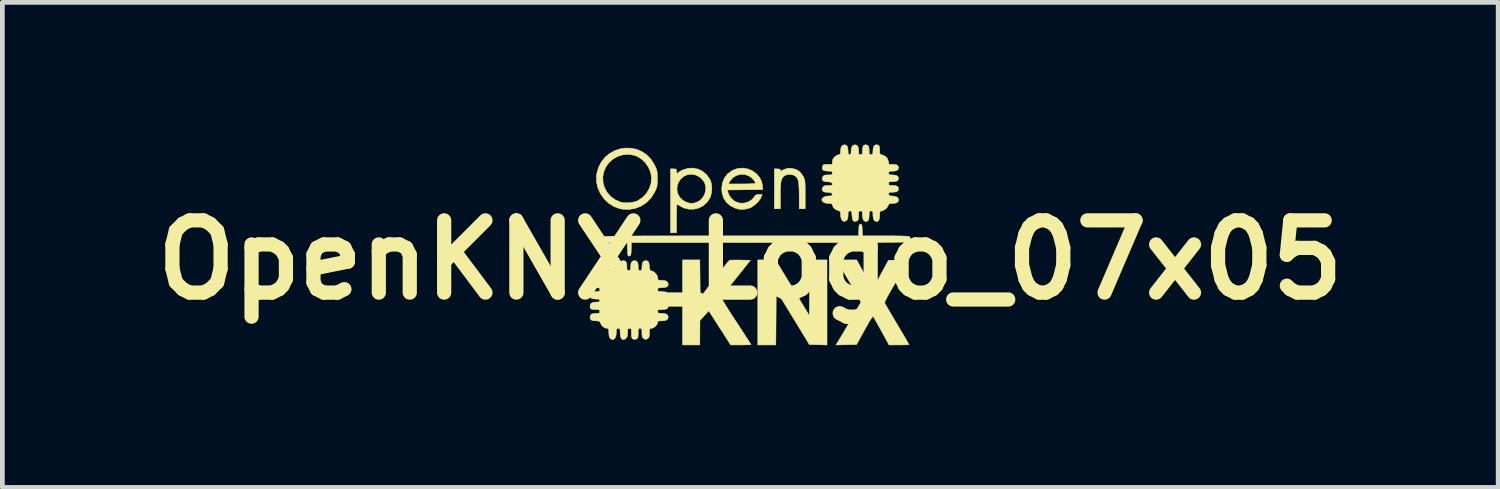
<source format=kicad_pcb>
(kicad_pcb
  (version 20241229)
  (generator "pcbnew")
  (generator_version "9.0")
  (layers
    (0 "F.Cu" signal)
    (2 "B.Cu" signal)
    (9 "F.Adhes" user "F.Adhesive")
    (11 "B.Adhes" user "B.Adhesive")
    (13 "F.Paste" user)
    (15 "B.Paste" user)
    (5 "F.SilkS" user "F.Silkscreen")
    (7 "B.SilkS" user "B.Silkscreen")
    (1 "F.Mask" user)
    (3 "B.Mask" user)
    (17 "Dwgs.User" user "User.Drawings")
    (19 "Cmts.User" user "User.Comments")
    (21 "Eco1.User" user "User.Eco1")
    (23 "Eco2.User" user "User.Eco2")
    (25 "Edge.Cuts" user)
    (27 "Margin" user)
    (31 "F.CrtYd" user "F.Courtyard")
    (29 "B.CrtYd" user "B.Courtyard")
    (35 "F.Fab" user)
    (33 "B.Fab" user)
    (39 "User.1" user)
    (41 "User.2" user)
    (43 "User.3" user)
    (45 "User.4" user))
  (footprint "OpenKNX_Logo_07x05"
    (layer "F.Cu")
    (at 12.78 2.434)
    (property "Reference" "OpenKNX_Logo_07x05" (at 0 0 0) (layer "F.SilkS") (effects (font (size 1.524 1.524) (thickness 0.3))))
    (attr through_hole)
    (fp_poly (pts (xy 0.889 0.587) (xy 1.246 1.173) (xy 1.25 0.587) (xy 1.255 0) (xy 1.619 0) (xy 1.619 1.795) (xy 1.433 1.79) (xy 1.247 1.786) (xy 0.548 0.639) (xy 0.544 1.216) (xy 0.539 1.794) (xy 0.159 1.794) (xy 0.159 0) (xy 0.532 0) (xy 0.889 0.587)) (stroke (width 0.01) (type solid)) (fill yes) (layer "F.SilkS"))
    (fp_poly (pts (xy 0.868 -1.933) (xy 0.963 -1.911) (xy 1.041 -1.863) (xy 1.102 -1.787) (xy 1.117 -1.76) (xy 1.132 -1.73) (xy 1.143 -1.702) (xy 1.15 -1.671) (xy 1.155 -1.632) (xy 1.157 -1.579) (xy 1.159 -1.507) (xy 1.159 -1.409) (xy 1.159 -1.378) (xy 1.159 -1.079) (xy 1.032 -1.079) (xy 1.032 -1.345) (xy 1.031 -1.465) (xy 1.027 -1.557) (xy 1.021 -1.627) (xy 1.01 -1.679) (xy 0.994 -1.718) (xy 0.973 -1.749) (xy 0.959 -1.763) (xy 0.91 -1.791) (xy 0.846 -1.804) (xy 0.781 -1.8) (xy 0.726 -1.779) (xy 0.714 -1.77) (xy 0.687 -1.743) (xy 0.667 -1.711) (xy 0.653 -1.671) (xy 0.643 -1.616) (xy 0.638 -1.544) (xy 0.635 -1.448) (xy 0.635 -1.358) (xy 0.635 -1.079) (xy 0.508 -1.079) (xy 0.508 -1.921) (xy 0.572 -1.921) (xy 0.615 -1.917) (xy 0.633 -1.905) (xy 0.635 -1.896) (xy 0.641 -1.877) (xy 0.647 -1.877) (xy 0.721 -1.911) (xy 0.782 -1.93) (xy 0.839 -1.935) (xy 0.868 -1.933)) (stroke (width 0.01) (type solid)) (fill yes) (layer "F.SilkS"))
    (fp_poly (pts (xy -1.06 0.4) (xy -1.056 0.801) (xy -0.993 0.714) (xy -0.947 0.652) (xy -0.891 0.578) (xy -0.829 0.496) (xy -0.763 0.41) (xy -0.696 0.323) (xy -0.63 0.24) (xy -0.57 0.164) (xy -0.518 0.099) (xy -0.476 0.049) (xy -0.448 0.016) (xy -0.438 0.006) (xy -0.416 0.004) (xy -0.368 0.003) (xy -0.302 0.002) (xy -0.224 0.003) (xy -0.208 0.003) (xy 0.003 0.008) (xy -0.302 0.389) (xy -0.378 0.484) (xy -0.448 0.572) (xy -0.508 0.65) (xy -0.558 0.713) (xy -0.593 0.759) (xy -0.612 0.786) (xy -0.615 0.79) (xy -0.608 0.807) (xy -0.586 0.848) (xy -0.549 0.909) (xy -0.501 0.987) (xy -0.443 1.079) (xy -0.377 1.182) (xy -0.304 1.293) (xy -0.303 1.294) (xy -0.231 1.405) (xy -0.164 1.507) (xy -0.104 1.598) (xy -0.055 1.674) (xy -0.017 1.733) (xy 0.007 1.771) (xy 0.016 1.786) (xy 0.016 1.786) (xy 0.001 1.789) (xy -0.04 1.791) (xy -0.101 1.793) (xy -0.176 1.794) (xy -0.199 1.794) (xy -0.413 1.794) (xy -0.523 1.623) (xy -0.576 1.54) (xy -0.639 1.443) (xy -0.702 1.344) (xy -0.754 1.263) (xy -0.876 1.074) (xy -0.969 1.176) (xy -1.062 1.278) (xy -1.063 1.536) (xy -1.064 1.794) (xy -1.429 1.794) (xy -1.429 0) (xy -1.064 0) (xy -1.06 0.4)) (stroke (width 0.01) (type solid)) (fill yes) (layer "F.SilkS"))
    (fp_poly (pts (xy -1.099 -1.915) (xy -1.002 -1.867) (xy -0.918 -1.794) (xy -0.852 -1.7) (xy -0.837 -1.67) (xy -0.817 -1.596) (xy -0.811 -1.507) (xy -0.819 -1.415) (xy -0.839 -1.334) (xy -0.849 -1.311) (xy -0.911 -1.217) (xy -0.993 -1.144) (xy -1.088 -1.094) (xy -1.193 -1.07) (xy -1.301 -1.071) (xy -1.408 -1.099) (xy -1.48 -1.137) (xy -1.518 -1.16) (xy -1.543 -1.173) (xy -1.547 -1.175) (xy -1.55 -1.16) (xy -1.552 -1.118) (xy -1.554 -1.054) (xy -1.555 -0.973) (xy -1.556 -0.879) (xy -1.556 -0.873) (xy -1.556 -0.572) (xy -1.683 -0.572) (xy -1.683 -1.483) (xy -1.548 -1.483) (xy -1.529 -1.395) (xy -1.484 -1.317) (xy -1.417 -1.253) (xy -1.332 -1.21) (xy -1.321 -1.206) (xy -1.26 -1.194) (xy -1.2 -1.197) (xy -1.154 -1.207) (xy -1.075 -1.245) (xy -1.011 -1.303) (xy -0.966 -1.377) (xy -0.942 -1.46) (xy -0.94 -1.545) (xy -0.963 -1.627) (xy -0.995 -1.679) (xy -1.067 -1.748) (xy -1.148 -1.79) (xy -1.234 -1.807) (xy -1.318 -1.799) (xy -1.397 -1.767) (xy -1.465 -1.712) (xy -1.517 -1.636) (xy -1.539 -1.574) (xy -1.548 -1.483) (xy -1.683 -1.483) (xy -1.683 -1.921) (xy -1.619 -1.921) (xy -1.579 -1.919) (xy -1.56 -1.909) (xy -1.556 -1.883) (xy -1.556 -1.873) (xy -1.55 -1.837) (xy -1.535 -1.826) (xy -1.515 -1.843) (xy -1.515 -1.843) (xy -1.496 -1.859) (xy -1.457 -1.882) (xy -1.423 -1.899) (xy -1.314 -1.933) (xy -1.205 -1.938) (xy -1.099 -1.915)) (stroke (width 0.01) (type solid)) (fill yes) (layer "F.SilkS"))
    (fp_poly (pts (xy -0.055 -1.921) (xy 0.04 -1.882) (xy 0.124 -1.823) (xy 0.191 -1.748) (xy 0.238 -1.659) (xy 0.259 -1.558) (xy 0.259 -1.551) (xy 0.262 -1.484) (xy -0.109 -1.48) (xy -0.48 -1.476) (xy -0.47 -1.425) (xy -0.447 -1.366) (xy -0.404 -1.306) (xy -0.35 -1.253) (xy -0.322 -1.234) (xy -0.276 -1.215) (xy -0.219 -1.199) (xy -0.203 -1.197) (xy -0.126 -1.199) (xy -0.047 -1.223) (xy 0.024 -1.263) (xy 0.075 -1.316) (xy 0.081 -1.325) (xy 0.106 -1.361) (xy 0.132 -1.377) (xy 0.175 -1.381) (xy 0.183 -1.381) (xy 0.252 -1.381) (xy 0.234 -1.33) (xy 0.204 -1.275) (xy 0.153 -1.215) (xy 0.091 -1.158) (xy 0.025 -1.113) (xy -0.023 -1.09) (xy -0.125 -1.068) (xy -0.228 -1.068) (xy -0.303 -1.086) (xy -0.415 -1.14) (xy -0.501 -1.213) (xy -0.562 -1.303) (xy -0.595 -1.411) (xy -0.603 -1.504) (xy -0.591 -1.603) (xy -0.461 -1.603) (xy -0.175 -1.603) (xy -0.084 -1.604) (xy -0.004 -1.606) (xy 0.058 -1.609) (xy 0.098 -1.613) (xy 0.111 -1.617) (xy 0.099 -1.65) (xy 0.068 -1.691) (xy 0.026 -1.733) (xy -0.021 -1.767) (xy -0.03 -1.773) (xy -0.118 -1.803) (xy -0.209 -1.805) (xy -0.296 -1.78) (xy -0.372 -1.732) (xy -0.431 -1.661) (xy -0.438 -1.647) (xy -0.461 -1.603) (xy -0.591 -1.603) (xy -0.588 -1.623) (xy -0.546 -1.728) (xy -0.477 -1.815) (xy -0.383 -1.885) (xy -0.361 -1.896) (xy -0.26 -1.931) (xy -0.156 -1.938) (xy -0.055 -1.921)) (stroke (width 0.01) (type solid)) (fill yes) (layer "F.SilkS"))
    (fp_poly (pts (xy -2.511 -2.357) (xy -2.393 -2.332) (xy -2.282 -2.283) (xy -2.179 -2.212) (xy -2.09 -2.117) (xy -2.02 -2.004) (xy -1.994 -1.948) (xy -1.976 -1.905) (xy -1.966 -1.863) (xy -1.962 -1.814) (xy -1.961 -1.747) (xy -1.961 -1.715) (xy -1.961 -1.638) (xy -1.964 -1.583) (xy -1.972 -1.54) (xy -1.986 -1.498) (xy -2.009 -1.448) (xy -2.02 -1.425) (xy -2.096 -1.306) (xy -2.193 -1.208) (xy -2.306 -1.134) (xy -2.432 -1.085) (xy -2.568 -1.064) (xy -2.708 -1.072) (xy -2.752 -1.081) (xy -2.876 -1.126) (xy -2.988 -1.196) (xy -3.083 -1.287) (xy -3.159 -1.394) (xy -3.214 -1.514) (xy -3.244 -1.641) (xy -3.246 -1.752) (xy -3.111 -1.752) (xy -3.106 -1.635) (xy -3.079 -1.534) (xy -3.024 -1.429) (xy -2.946 -1.339) (xy -2.85 -1.269) (xy -2.743 -1.222) (xy -2.675 -1.208) (xy -2.589 -1.204) (xy -2.498 -1.213) (xy -2.416 -1.232) (xy -2.376 -1.249) (xy -2.273 -1.317) (xy -2.191 -1.404) (xy -2.13 -1.507) (xy -2.094 -1.618) (xy -2.084 -1.734) (xy -2.101 -1.845) (xy -2.148 -1.955) (xy -2.216 -2.053) (xy -2.301 -2.133) (xy -2.397 -2.19) (xy -2.449 -2.208) (xy -2.573 -2.227) (xy -2.69 -2.217) (xy -2.799 -2.184) (xy -2.897 -2.128) (xy -2.98 -2.054) (xy -3.045 -1.965) (xy -3.09 -1.863) (xy -3.111 -1.752) (xy -3.246 -1.752) (xy -3.246 -1.771) (xy -3.24 -1.814) (xy -3.203 -1.949) (xy -3.143 -2.067) (xy -3.064 -2.165) (xy -2.97 -2.245) (xy -2.864 -2.304) (xy -2.75 -2.343) (xy -2.631 -2.361) (xy -2.511 -2.357)) (stroke (width 0.01) (type solid)) (fill yes) (layer "F.SilkS"))
    (fp_poly (pts (xy 2.342 -0.751) (xy 2.352 -0.738) (xy 2.358 -0.708) (xy 2.361 -0.654) (xy 2.362 -0.631) (xy 2.367 -0.508) (xy 2.855 -0.508) (xy 3.005 -0.508) (xy 3.125 -0.506) (xy 3.218 -0.504) (xy 3.287 -0.501) (xy 3.332 -0.497) (xy 3.357 -0.492) (xy 3.362 -0.489) (xy 3.379 -0.453) (xy 3.377 -0.41) (xy 3.362 -0.384) (xy 3.353 -0.382) (xy 3.329 -0.379) (xy 3.29 -0.377) (xy 3.234 -0.376) (xy 3.161 -0.374) (xy 3.069 -0.372) (xy 2.958 -0.371) (xy 2.825 -0.37) (xy 2.671 -0.369) (xy 2.494 -0.368) (xy 2.293 -0.367) (xy 2.067 -0.367) (xy 1.815 -0.366) (xy 1.535 -0.366) (xy 1.227 -0.365) (xy 0.89 -0.365) (xy 0.523 -0.365) (xy 0.418 -0.365) (xy -2.507 -0.365) (xy -2.512 -0.226) (xy -2.514 -0.159) (xy -2.518 -0.118) (xy -2.526 -0.095) (xy -2.538 -0.085) (xy -2.551 -0.082) (xy -2.568 -0.082) (xy -2.579 -0.09) (xy -2.585 -0.112) (xy -2.589 -0.154) (xy -2.591 -0.217) (xy -2.596 -0.357) (xy -2.864 -0.362) (xy -2.97 -0.364) (xy -3.055 -0.369) (xy -3.116 -0.374) (xy -3.15 -0.381) (xy -3.154 -0.383) (xy -3.172 -0.416) (xy -3.172 -0.458) (xy -3.156 -0.489) (xy -3.146 -0.491) (xy -3.122 -0.494) (xy -3.083 -0.496) (xy -3.027 -0.498) (xy -2.953 -0.5) (xy -2.86 -0.501) (xy -2.747 -0.502) (xy -2.613 -0.504) (xy -2.457 -0.505) (xy -2.278 -0.506) (xy -2.074 -0.506) (xy -1.844 -0.507) (xy -1.588 -0.507) (xy -1.304 -0.508) (xy -0.992 -0.508) (xy -0.649 -0.508) (xy -0.426 -0.508) (xy 2.285 -0.508) (xy 2.289 -0.631) (xy 2.292 -0.693) (xy 2.297 -0.73) (xy 2.306 -0.748) (xy 2.32 -0.754) (xy 2.326 -0.754) (xy 2.342 -0.751)) (stroke (width 0.01) (type solid)) (fill yes) (layer "F.SilkS"))
    (fp_poly (pts (xy 2.034 0.000053) (xy 2.246 0.000107) (xy 2.415 0.31) (xy 2.584 0.621) (xy 2.749 0.314) (xy 2.915 0.008) (xy 3.125 0.004) (xy 3.202 0.003) (xy 3.266 0.003) (xy 3.312 0.005) (xy 3.333 0.008) (xy 3.334 0.009) (xy 3.326 0.025) (xy 3.304 0.064) (xy 3.27 0.124) (xy 3.225 0.202) (xy 3.172 0.293) (xy 3.112 0.395) (xy 3.079 0.453) (xy 3.007 0.576) (xy 2.95 0.674) (xy 2.906 0.752) (xy 2.875 0.81) (xy 2.854 0.853) (xy 2.842 0.884) (xy 2.838 0.904) (xy 2.84 0.917) (xy 2.841 0.919) (xy 2.853 0.94) (xy 2.879 0.985) (xy 2.917 1.05) (xy 2.965 1.131) (xy 3.02 1.225) (xy 3.081 1.328) (xy 3.104 1.366) (xy 3.165 1.47) (xy 3.221 1.564) (xy 3.269 1.646) (xy 3.307 1.713) (xy 3.335 1.76) (xy 3.348 1.785) (xy 3.35 1.787) (xy 3.335 1.79) (xy 3.294 1.792) (xy 3.233 1.793) (xy 3.158 1.794) (xy 3.139 1.794) (xy 2.928 1.794) (xy 2.77 1.506) (xy 2.721 1.418) (xy 2.677 1.339) (xy 2.64 1.273) (xy 2.613 1.224) (xy 2.597 1.198) (xy 2.596 1.196) (xy 2.586 1.196) (xy 2.569 1.213) (xy 2.544 1.25) (xy 2.507 1.309) (xy 2.46 1.393) (xy 2.411 1.48) (xy 2.242 1.786) (xy 2.024 1.79) (xy 1.805 1.795) (xy 1.829 1.759) (xy 1.856 1.715) (xy 1.894 1.653) (xy 1.94 1.576) (xy 1.992 1.489) (xy 2.047 1.395) (xy 2.103 1.298) (xy 2.158 1.204) (xy 2.209 1.115) (xy 2.255 1.035) (xy 2.292 0.969) (xy 2.319 0.92) (xy 2.332 0.894) (xy 2.334 0.89) (xy 2.326 0.872) (xy 2.304 0.83) (xy 2.27 0.768) (xy 2.226 0.691) (xy 2.175 0.602) (xy 2.122 0.511) (xy 2.062 0.41) (xy 2.006 0.314) (xy 1.955 0.227) (xy 1.913 0.155) (xy 1.882 0.102) (xy 1.866 0.075) (xy 1.823 0) (xy 2.034 0.000053)) (stroke (width 0.01) (type solid)) (fill yes) (layer "F.SilkS"))
    (fp_poly (pts (xy 2.475 -2.42) (xy 2.498 -2.391) (xy 2.507 -2.337) (xy 2.508 -2.307) (xy 2.509 -2.258) (xy 2.515 -2.233) (xy 2.53 -2.224) (xy 2.548 -2.223) (xy 2.572 -2.225) (xy 2.584 -2.24) (xy 2.587 -2.274) (xy 2.588 -2.295) (xy 2.594 -2.366) (xy 2.614 -2.412) (xy 2.647 -2.429) (xy 2.65 -2.429) (xy 2.693 -2.425) (xy 2.717 -2.408) (xy 2.728 -2.371) (xy 2.731 -2.318) (xy 2.731 -2.266) (xy 2.737 -2.238) (xy 2.751 -2.224) (xy 2.778 -2.217) (xy 2.781 -2.216) (xy 2.847 -2.188) (xy 2.894 -2.137) (xy 2.915 -2.077) (xy 2.925 -2.016) (xy 3.007 -2.016) (xy 3.072 -2.011) (xy 3.11 -1.993) (xy 3.126 -1.96) (xy 3.127 -1.945) (xy 3.118 -1.907) (xy 3.089 -1.884) (xy 3.035 -1.874) (xy 3.005 -1.873) (xy 2.956 -1.872) (xy 2.931 -1.866) (xy 2.922 -1.852) (xy 2.921 -1.834) (xy 2.924 -1.809) (xy 2.938 -1.798) (xy 2.973 -1.794) (xy 2.993 -1.794) (xy 3.066 -1.787) (xy 3.11 -1.766) (xy 3.127 -1.731) (xy 3.127 -1.725) (xy 3.119 -1.686) (xy 3.091 -1.662) (xy 3.039 -1.652) (xy 3.005 -1.651) (xy 2.956 -1.65) (xy 2.931 -1.644) (xy 2.922 -1.63) (xy 2.921 -1.611) (xy 2.923 -1.588) (xy 2.936 -1.576) (xy 2.966 -1.572) (xy 3.005 -1.572) (xy 3.07 -1.566) (xy 3.109 -1.549) (xy 3.126 -1.518) (xy 3.127 -1.5) (xy 3.118 -1.462) (xy 3.089 -1.439) (xy 3.035 -1.43) (xy 3.005 -1.429) (xy 2.956 -1.428) (xy 2.931 -1.422) (xy 2.922 -1.407) (xy 2.921 -1.391) (xy 2.924 -1.369) (xy 2.938 -1.357) (xy 2.971 -1.35) (xy 3.01 -1.346) (xy 3.072 -1.336) (xy 3.108 -1.318) (xy 3.125 -1.286) (xy 3.127 -1.259) (xy 3.114 -1.222) (xy 3.072 -1.199) (xy 3.002 -1.191) (xy 2.995 -1.191) (xy 2.949 -1.188) (xy 2.924 -1.178) (xy 2.912 -1.155) (xy 2.912 -1.155) (xy 2.88 -1.096) (xy 2.827 -1.054) (xy 2.784 -1.038) (xy 2.754 -1.031) (xy 2.738 -1.019) (xy 2.732 -0.993) (xy 2.731 -0.945) (xy 2.731 -0.938) (xy 2.725 -0.87) (xy 2.709 -0.829) (xy 2.68 -0.811) (xy 2.665 -0.81) (xy 2.624 -0.823) (xy 2.598 -0.865) (xy 2.588 -0.934) (xy 2.588 -0.946) (xy 2.587 -0.995) (xy 2.581 -1.021) (xy 2.567 -1.031) (xy 2.548 -1.032) (xy 2.526 -1.03) (xy 2.514 -1.018) (xy 2.509 -0.99) (xy 2.508 -0.94) (xy 2.503 -0.871) (xy 2.488 -0.83) (xy 2.459 -0.811) (xy 2.443 -0.81) (xy 2.401 -0.823) (xy 2.376 -0.865) (xy 2.366 -0.934) (xy 2.365 -0.946) (xy 2.364 -0.995) (xy 2.359 -1.021) (xy 2.345 -1.031) (xy 2.326 -1.032) (xy 2.304 -1.03) (xy 2.292 -1.019) (xy 2.287 -0.991) (xy 2.286 -0.94) (xy 2.286 -0.936) (xy 2.285 -0.882) (xy 2.279 -0.851) (xy 2.265 -0.833) (xy 2.245 -0.822) (xy 2.202 -0.811) (xy 2.173 -0.823) (xy 2.155 -0.863) (xy 2.147 -0.93) (xy 2.146 -0.934) (xy 2.143 -0.988) (xy 2.137 -1.017) (xy 2.125 -1.029) (xy 2.103 -1.032) (xy 2.103 -1.032) (xy 2.08 -1.029) (xy 2.069 -1.017) (xy 2.064 -0.986) (xy 2.064 -0.947) (xy 2.06 -0.887) (xy 2.046 -0.849) (xy 2.035 -0.836) (xy 1.993 -0.812) (xy 1.955 -0.82) (xy 1.93 -0.845) (xy 1.914 -0.883) (xy 1.906 -0.936) (xy 1.905 -0.954) (xy 1.903 -0.999) (xy 1.894 -1.023) (xy 1.869 -1.037) (xy 1.843 -1.045) (xy 1.789 -1.073) (xy 1.749 -1.114) (xy 1.731 -1.16) (xy 1.73 -1.166) (xy 1.722 -1.181) (xy 1.694 -1.189) (xy 1.651 -1.191) (xy 1.589 -1.199) (xy 1.54 -1.22) (xy 1.512 -1.251) (xy 1.508 -1.27) (xy 1.523 -1.304) (xy 1.562 -1.331) (xy 1.618 -1.347) (xy 1.652 -1.349) (xy 1.699 -1.351) (xy 1.722 -1.357) (xy 1.729 -1.371) (xy 1.728 -1.385) (xy 1.721 -1.406) (xy 1.704 -1.417) (xy 1.667 -1.423) (xy 1.631 -1.426) (xy 1.575 -1.431) (xy 1.542 -1.442) (xy 1.524 -1.461) (xy 1.523 -1.462) (xy 1.515 -1.495) (xy 1.53 -1.532) (xy 1.531 -1.533) (xy 1.551 -1.556) (xy 1.577 -1.567) (xy 1.622 -1.571) (xy 1.645 -1.572) (xy 1.695 -1.573) (xy 1.72 -1.578) (xy 1.729 -1.59) (xy 1.728 -1.607) (xy 1.721 -1.628) (xy 1.704 -1.639) (xy 1.667 -1.645) (xy 1.631 -1.648) (xy 1.575 -1.653) (xy 1.542 -1.664) (xy 1.524 -1.683) (xy 1.523 -1.685) (xy 1.515 -1.717) (xy 1.53 -1.754) (xy 1.531 -1.755) (xy 1.551 -1.778) (xy 1.578 -1.79) (xy 1.623 -1.794) (xy 1.643 -1.794) (xy 1.693 -1.795) (xy 1.719 -1.8) (xy 1.729 -1.814) (xy 1.73 -1.834) (xy 1.728 -1.857) (xy 1.715 -1.869) (xy 1.685 -1.873) (xy 1.647 -1.873) (xy 1.576 -1.88) (xy 1.533 -1.898) (xy 1.517 -1.931) (xy 1.525 -1.979) (xy 1.526 -1.98) (xy 1.537 -2) (xy 1.557 -2.011) (xy 1.594 -2.016) (xy 1.635 -2.016) (xy 1.73 -2.016) (xy 1.73 -2.069) (xy 1.745 -2.128) (xy 1.783 -2.178) (xy 1.837 -2.211) (xy 1.857 -2.217) (xy 1.886 -2.225) (xy 1.9 -2.24) (xy 1.905 -2.273) (xy 1.905 -2.303) (xy 1.914 -2.37) (xy 1.939 -2.412) (xy 1.983 -2.429) (xy 1.993 -2.429) (xy 2.031 -2.416) (xy 2.054 -2.378) (xy 2.063 -2.312) (xy 2.064 -2.295) (xy 2.066 -2.25) (xy 2.074 -2.228) (xy 2.092 -2.223) (xy 2.095 -2.223) (xy 2.115 -2.227) (xy 2.124 -2.245) (xy 2.127 -2.284) (xy 2.127 -2.301) (xy 2.135 -2.369) (xy 2.16 -2.411) (xy 2.203 -2.428) (xy 2.215 -2.429) (xy 2.253 -2.416) (xy 2.276 -2.378) (xy 2.286 -2.312) (xy 2.286 -2.295) (xy 2.288 -2.25) (xy 2.295 -2.229) (xy 2.314 -2.223) (xy 2.326 -2.223) (xy 2.349 -2.225) (xy 2.361 -2.237) (xy 2.365 -2.268) (xy 2.365 -2.307) (xy 2.371 -2.372) (xy 2.388 -2.411) (xy 2.419 -2.427) (xy 2.437 -2.429) (xy 2.475 -2.42)) (stroke (width 0.01) (type solid)) (fill yes) (layer "F.SilkS"))
    (fp_poly (pts (xy -2.172 0.02) (xy -2.15 0.037) (xy -2.137 0.072) (xy -2.128 0.133) (xy -2.127 0.143) (xy -2.121 0.193) (xy -2.112 0.22) (xy -2.096 0.232) (xy -2.076 0.235) (xy -2.031 0.254) (xy -1.989 0.294) (xy -1.96 0.344) (xy -1.953 0.382) (xy -1.951 0.409) (xy -1.941 0.423) (xy -1.914 0.428) (xy -1.868 0.429) (xy -1.796 0.437) (xy -1.751 0.463) (xy -1.731 0.506) (xy -1.73 0.521) (xy -1.743 0.556) (xy -1.783 0.578) (xy -1.851 0.587) (xy -1.872 0.587) (xy -1.92 0.589) (xy -1.944 0.595) (xy -1.952 0.611) (xy -1.953 0.627) (xy -1.95 0.65) (xy -1.938 0.662) (xy -1.908 0.666) (xy -1.866 0.667) (xy -1.794 0.674) (xy -1.749 0.697) (xy -1.731 0.736) (xy -1.73 0.746) (xy -1.743 0.788) (xy -1.783 0.815) (xy -1.85 0.825) (xy -1.866 0.826) (xy -1.917 0.827) (xy -1.942 0.833) (xy -1.952 0.847) (xy -1.953 0.857) (xy -1.948 0.878) (xy -1.927 0.887) (xy -1.885 0.889) (xy -1.814 0.898) (xy -1.762 0.921) (xy -1.735 0.956) (xy -1.733 0.966) (xy -1.736 1.007) (xy -1.759 1.032) (xy -1.808 1.045) (xy -1.859 1.048) (xy -1.911 1.049) (xy -1.939 1.053) (xy -1.951 1.065) (xy -1.953 1.087) (xy -1.95 1.11) (xy -1.938 1.122) (xy -1.908 1.127) (xy -1.866 1.127) (xy -1.794 1.135) (xy -1.749 1.158) (xy -1.731 1.197) (xy -1.73 1.206) (xy -1.743 1.249) (xy -1.783 1.275) (xy -1.85 1.286) (xy -1.866 1.286) (xy -1.916 1.287) (xy -1.942 1.293) (xy -1.952 1.307) (xy -1.953 1.319) (xy -1.966 1.357) (xy -1.998 1.397) (xy -2.04 1.429) (xy -2.082 1.444) (xy -2.086 1.445) (xy -2.109 1.447) (xy -2.121 1.457) (xy -2.126 1.484) (xy -2.127 1.535) (xy -2.127 1.54) (xy -2.129 1.595) (xy -2.136 1.628) (xy -2.151 1.649) (xy -2.167 1.66) (xy -2.198 1.677) (xy -2.222 1.674) (xy -2.246 1.66) (xy -2.269 1.642) (xy -2.281 1.617) (xy -2.285 1.577) (xy -2.286 1.54) (xy -2.287 1.487) (xy -2.291 1.458) (xy -2.303 1.447) (xy -2.325 1.445) (xy -2.326 1.445) (xy -2.347 1.446) (xy -2.359 1.457) (xy -2.364 1.482) (xy -2.365 1.531) (xy -2.365 1.548) (xy -2.367 1.605) (xy -2.372 1.639) (xy -2.384 1.657) (xy -2.403 1.669) (xy -2.446 1.678) (xy -2.474 1.668) (xy -2.493 1.654) (xy -2.503 1.63) (xy -2.508 1.59) (xy -2.508 1.547) (xy -2.509 1.492) (xy -2.513 1.461) (xy -2.523 1.448) (xy -2.542 1.445) (xy -2.548 1.445) (xy -2.571 1.447) (xy -2.583 1.459) (xy -2.587 1.488) (xy -2.588 1.532) (xy -2.591 1.592) (xy -2.604 1.631) (xy -2.619 1.651) (xy -2.661 1.68) (xy -2.697 1.679) (xy -2.725 1.651) (xy -2.742 1.598) (xy -2.746 1.539) (xy -2.747 1.486) (xy -2.752 1.458) (xy -2.764 1.447) (xy -2.785 1.445) (xy -2.786 1.445) (xy -2.809 1.447) (xy -2.821 1.459) (xy -2.825 1.488) (xy -2.826 1.532) (xy -2.833 1.6) (xy -2.854 1.649) (xy -2.884 1.677) (xy -2.92 1.68) (xy -2.957 1.655) (xy -2.958 1.654) (xy -2.977 1.615) (xy -2.984 1.55) (xy -2.985 1.535) (xy -2.986 1.483) (xy -2.992 1.456) (xy -3.004 1.446) (xy -3.016 1.445) (xy -3.078 1.43) (xy -3.129 1.388) (xy -3.154 1.347) (xy -3.172 1.311) (xy -3.191 1.293) (xy -3.222 1.287) (xy -3.262 1.286) (xy -3.325 1.281) (xy -3.362 1.264) (xy -3.379 1.231) (xy -3.381 1.204) (xy -3.371 1.164) (xy -3.338 1.139) (xy -3.28 1.128) (xy -3.247 1.127) (xy -3.203 1.126) (xy -3.182 1.118) (xy -3.175 1.099) (xy -3.175 1.087) (xy -3.178 1.064) (xy -3.191 1.052) (xy -3.223 1.048) (xy -3.253 1.048) (xy -3.317 1.045) (xy -3.356 1.036) (xy -3.375 1.017) (xy -3.381 0.983) (xy -3.381 0.974) (xy -3.372 0.932) (xy -3.342 0.905) (xy -3.288 0.891) (xy -3.237 0.889) (xy -3.196 0.886) (xy -3.178 0.875) (xy -3.175 0.857) (xy -3.179 0.839) (xy -3.196 0.829) (xy -3.233 0.826) (xy -3.259 0.826) (xy -3.323 0.821) (xy -3.362 0.804) (xy -3.379 0.773) (xy -3.381 0.746) (xy -3.374 0.705) (xy -3.348 0.68) (xy -3.3 0.668) (xy -3.259 0.667) (xy -3.21 0.666) (xy -3.185 0.66) (xy -3.176 0.645) (xy -3.175 0.627) (xy -3.177 0.604) (xy -3.19 0.592) (xy -3.22 0.588) (xy -3.259 0.587) (xy -3.323 0.583) (xy -3.361 0.566) (xy -3.379 0.535) (xy -3.381 0.505) (xy -3.371 0.465) (xy -3.338 0.441) (xy -3.28 0.43) (xy -3.247 0.429) (xy -3.203 0.427) (xy -3.181 0.419) (xy -3.175 0.4) (xy -3.175 0.393) (xy -3.16 0.333) (xy -3.121 0.28) (xy -3.066 0.244) (xy -3.049 0.238) (xy -2.985 0.221) (xy -2.985 0.138) (xy -2.98 0.074) (xy -2.963 0.036) (xy -2.931 0.018) (xy -2.903 0.016) (xy -2.862 0.026) (xy -2.838 0.059) (xy -2.827 0.117) (xy -2.826 0.15) (xy -2.824 0.195) (xy -2.815 0.217) (xy -2.797 0.222) (xy -2.796 0.222) (xy -2.778 0.217) (xy -2.767 0.196) (xy -2.761 0.153) (xy -2.759 0.133) (xy -2.749 0.071) (xy -2.731 0.035) (xy -2.699 0.018) (xy -2.674 0.016) (xy -2.636 0.025) (xy -2.614 0.055) (xy -2.604 0.109) (xy -2.603 0.138) (xy -2.602 0.187) (xy -2.597 0.212) (xy -2.582 0.221) (xy -2.564 0.222) (xy -2.539 0.219) (xy -2.528 0.205) (xy -2.524 0.171) (xy -2.524 0.15) (xy -2.518 0.08) (xy -2.499 0.037) (xy -2.466 0.018) (xy -2.447 0.016) (xy -2.405 0.023) (xy -2.379 0.047) (xy -2.367 0.094) (xy -2.365 0.138) (xy -2.364 0.187) (xy -2.358 0.212) (xy -2.344 0.221) (xy -2.326 0.222) (xy -2.301 0.219) (xy -2.29 0.205) (xy -2.286 0.171) (xy -2.286 0.15) (xy -2.28 0.08) (xy -2.262 0.038) (xy -2.229 0.018) (xy -2.207 0.016) (xy -2.172 0.02)) (stroke (width 0.01) (type solid)) (fill yes) (layer "F.SilkS")))
  (gr_rect
    (start -3 -3)
    (end 28.56 7.234)
    (stroke (width 0.1) (type default))
    (fill no)
    (layer "Edge.Cuts")))
</source>
